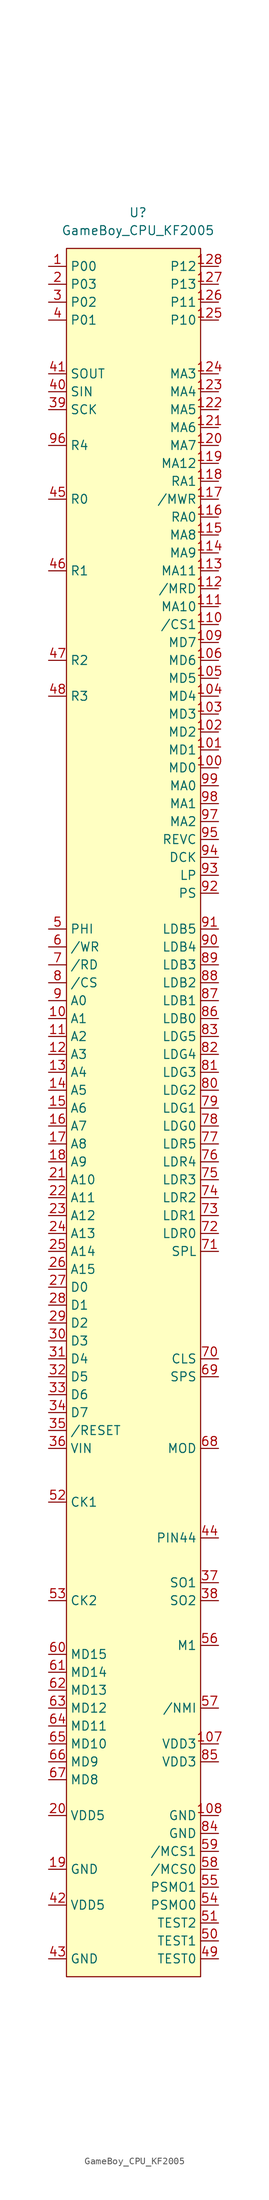
<source format=kicad_sym>
(kicad_symbol_lib
  (version 20211014)
  (generator kicad_symbol_editor)
  (symbol "GameBoy_CPU_KF2005"
    (property "Reference" "U"
      (at 0 119.38 0)
      (effects (font (size 1.27 1.27))))
    (property "Value" "GameBoy_CPU_KF2005"
      (at 0 116.84 0)
      (effects (font (size 1.27 1.27))))
    (symbol "GameBoy_CPU_KF2005_0_1"
      (rectangle (start -10.16 114.3) (end 8.89 -130.81) (stroke (width 0.152) (type default) (color 0 0 0 0)) (fill (type background))))
    (symbol "GameBoy_CPU_KF2005_1_1"
      (pin input line (at -12.7 111.76 0) (length 2.54) (name "P00" (effects (font (size 1.27 1.27)))) (number "1" (effects (font (size 1.27 1.27)))))
      (pin output line (at -12.7 5.08 0) (length 2.54) (name "A1" (effects (font (size 1.27 1.27)))) (number "10" (effects (font (size 1.27 1.27)))))
      (pin bidirectional line (at 11.43 40.64 180) (length 2.54) (name "MD0" (effects (font (size 1.27 1.27)))) (number "100" (effects (font (size 1.27 1.27)))))
      (pin bidirectional line (at 11.43 43.18 180) (length 2.54) (name "MD1" (effects (font (size 1.27 1.27)))) (number "101" (effects (font (size 1.27 1.27)))))
      (pin bidirectional line (at 11.43 45.72 180) (length 2.54) (name "MD2" (effects (font (size 1.27 1.27)))) (number "102" (effects (font (size 1.27 1.27)))))
      (pin bidirectional line (at 11.43 48.26 180) (length 2.54) (name "MD3" (effects (font (size 1.27 1.27)))) (number "103" (effects (font (size 1.27 1.27)))))
      (pin bidirectional line (at 11.43 50.8 180) (length 2.54) (name "MD4" (effects (font (size 1.27 1.27)))) (number "104" (effects (font (size 1.27 1.27)))))
      (pin bidirectional line (at 11.43 53.34 180) (length 2.54) (name "MD5" (effects (font (size 1.27 1.27)))) (number "105" (effects (font (size 1.27 1.27)))))
      (pin bidirectional line (at 11.43 55.88 180) (length 2.54) (name "MD6" (effects (font (size 1.27 1.27)))) (number "106" (effects (font (size 1.27 1.27)))))
      (pin power_in line (at 11.43 -97.79 180) (length 2.54) (name "VDD3" (effects (font (size 1.27 1.27)))) (number "107" (effects (font (size 1.27 1.27)))))
      (pin power_in line (at 11.43 -107.95 180) (length 2.54) (name "GND" (effects (font (size 1.27 1.27)))) (number "108" (effects (font (size 1.27 1.27)))))
      (pin bidirectional line (at 11.43 58.42 180) (length 2.54) (name "MD7" (effects (font (size 1.27 1.27)))) (number "109" (effects (font (size 1.27 1.27)))))
      (pin output line (at -12.7 2.54 0) (length 2.54) (name "A2" (effects (font (size 1.27 1.27)))) (number "11" (effects (font (size 1.27 1.27)))))
      (pin output line (at 11.43 60.96 180) (length 2.54) (name "/CS1" (effects (font (size 1.27 1.27)))) (number "110" (effects (font (size 1.27 1.27)))))
      (pin output line (at 11.43 63.5 180) (length 2.54) (name "MA10" (effects (font (size 1.27 1.27)))) (number "111" (effects (font (size 1.27 1.27)))))
      (pin output line (at 11.43 66.04 180) (length 2.54) (name "/MRD" (effects (font (size 1.27 1.27)))) (number "112" (effects (font (size 1.27 1.27)))))
      (pin output line (at 11.43 68.58 180) (length 2.54) (name "MA11" (effects (font (size 1.27 1.27)))) (number "113" (effects (font (size 1.27 1.27)))))
      (pin output line (at 11.43 71.12 180) (length 2.54) (name "MA9" (effects (font (size 1.27 1.27)))) (number "114" (effects (font (size 1.27 1.27)))))
      (pin output line (at 11.43 73.66 180) (length 2.54) (name "MA8" (effects (font (size 1.27 1.27)))) (number "115" (effects (font (size 1.27 1.27)))))
      (pin output line (at 11.43 76.2 180) (length 2.54) (name "RA0" (effects (font (size 1.27 1.27)))) (number "116" (effects (font (size 1.27 1.27)))))
      (pin output line (at 11.43 78.74 180) (length 2.54) (name "/MWR" (effects (font (size 1.27 1.27)))) (number "117" (effects (font (size 1.27 1.27)))))
      (pin output line (at 11.43 81.28 180) (length 2.54) (name "RA1" (effects (font (size 1.27 1.27)))) (number "118" (effects (font (size 1.27 1.27)))))
      (pin output line (at 11.43 83.82 180) (length 2.54) (name "MA12" (effects (font (size 1.27 1.27)))) (number "119" (effects (font (size 1.27 1.27)))))
      (pin output line (at -12.7 0 0) (length 2.54) (name "A3" (effects (font (size 1.27 1.27)))) (number "12" (effects (font (size 1.27 1.27)))))
      (pin output line (at 11.43 86.36 180) (length 2.54) (name "MA7" (effects (font (size 1.27 1.27)))) (number "120" (effects (font (size 1.27 1.27)))))
      (pin output line (at 11.43 88.9 180) (length 2.54) (name "MA6" (effects (font (size 1.27 1.27)))) (number "121" (effects (font (size 1.27 1.27)))))
      (pin output line (at 11.43 91.44 180) (length 2.54) (name "MA5" (effects (font (size 1.27 1.27)))) (number "122" (effects (font (size 1.27 1.27)))))
      (pin output line (at 11.43 93.98 180) (length 2.54) (name "MA4" (effects (font (size 1.27 1.27)))) (number "123" (effects (font (size 1.27 1.27)))))
      (pin output line (at 11.43 96.52 180) (length 2.54) (name "MA3" (effects (font (size 1.27 1.27)))) (number "124" (effects (font (size 1.27 1.27)))))
      (pin input line (at 11.43 104.14 180) (length 2.54) (name "P10" (effects (font (size 1.27 1.27)))) (number "125" (effects (font (size 1.27 1.27)))))
      (pin input line (at 11.43 106.68 180) (length 2.54) (name "P11" (effects (font (size 1.27 1.27)))) (number "126" (effects (font (size 1.27 1.27)))))
      (pin input line (at 11.43 109.22 180) (length 2.54) (name "P13" (effects (font (size 1.27 1.27)))) (number "127" (effects (font (size 1.27 1.27)))))
      (pin input line (at 11.43 111.76 180) (length 2.54) (name "P12" (effects (font (size 1.27 1.27)))) (number "128" (effects (font (size 1.27 1.27)))))
      (pin output line (at -12.7 -2.54 0) (length 2.54) (name "A4" (effects (font (size 1.27 1.27)))) (number "13" (effects (font (size 1.27 1.27)))))
      (pin output line (at -12.7 -5.08 0) (length 2.54) (name "A5" (effects (font (size 1.27 1.27)))) (number "14" (effects (font (size 1.27 1.27)))))
      (pin output line (at -12.7 -7.62 0) (length 2.54) (name "A6" (effects (font (size 1.27 1.27)))) (number "15" (effects (font (size 1.27 1.27)))))
      (pin output line (at -12.7 -10.16 0) (length 2.54) (name "A7" (effects (font (size 1.27 1.27)))) (number "16" (effects (font (size 1.27 1.27)))))
      (pin output line (at -12.7 -12.7 0) (length 2.54) (name "A8" (effects (font (size 1.27 1.27)))) (number "17" (effects (font (size 1.27 1.27)))))
      (pin output line (at -12.7 -15.24 0) (length 2.54) (name "A9" (effects (font (size 1.27 1.27)))) (number "18" (effects (font (size 1.27 1.27)))))
      (pin power_in line (at -12.7 -115.57 0) (length 2.54) (name "GND" (effects (font (size 1.27 1.27)))) (number "19" (effects (font (size 1.27 1.27)))))
      (pin input line (at -12.7 109.22 0) (length 2.54) (name "P03" (effects (font (size 1.27 1.27)))) (number "2" (effects (font (size 1.27 1.27)))))
      (pin power_in line (at -12.7 -107.95 0) (length 2.54) (name "VDD5" (effects (font (size 1.27 1.27)))) (number "20" (effects (font (size 1.27 1.27)))))
      (pin output line (at -12.7 -17.78 0) (length 2.54) (name "A10" (effects (font (size 1.27 1.27)))) (number "21" (effects (font (size 1.27 1.27)))))
      (pin output line (at -12.7 -20.32 0) (length 2.54) (name "A11" (effects (font (size 1.27 1.27)))) (number "22" (effects (font (size 1.27 1.27)))))
      (pin output line (at -12.7 -22.86 0) (length 2.54) (name "A12" (effects (font (size 1.27 1.27)))) (number "23" (effects (font (size 1.27 1.27)))))
      (pin output line (at -12.7 -25.4 0) (length 2.54) (name "A13" (effects (font (size 1.27 1.27)))) (number "24" (effects (font (size 1.27 1.27)))))
      (pin output line (at -12.7 -27.94 0) (length 2.54) (name "A14" (effects (font (size 1.27 1.27)))) (number "25" (effects (font (size 1.27 1.27)))))
      (pin output line (at -12.7 -30.48 0) (length 2.54) (name "A15" (effects (font (size 1.27 1.27)))) (number "26" (effects (font (size 1.27 1.27)))))
      (pin bidirectional line (at -12.7 -33.02 0) (length 2.54) (name "D0" (effects (font (size 1.27 1.27)))) (number "27" (effects (font (size 1.27 1.27)))))
      (pin bidirectional line (at -12.7 -35.56 0) (length 2.54) (name "D1" (effects (font (size 1.27 1.27)))) (number "28" (effects (font (size 1.27 1.27)))))
      (pin bidirectional line (at -12.7 -38.1 0) (length 2.54) (name "D2" (effects (font (size 1.27 1.27)))) (number "29" (effects (font (size 1.27 1.27)))))
      (pin input line (at -12.7 106.68 0) (length 2.54) (name "P02" (effects (font (size 1.27 1.27)))) (number "3" (effects (font (size 1.27 1.27)))))
      (pin bidirectional line (at -12.7 -40.64 0) (length 2.54) (name "D3" (effects (font (size 1.27 1.27)))) (number "30" (effects (font (size 1.27 1.27)))))
      (pin bidirectional line (at -12.7 -43.18 0) (length 2.54) (name "D4" (effects (font (size 1.27 1.27)))) (number "31" (effects (font (size 1.27 1.27)))))
      (pin bidirectional line (at -12.7 -45.72 0) (length 2.54) (name "D5" (effects (font (size 1.27 1.27)))) (number "32" (effects (font (size 1.27 1.27)))))
      (pin bidirectional line (at -12.7 -48.26 0) (length 2.54) (name "D6" (effects (font (size 1.27 1.27)))) (number "33" (effects (font (size 1.27 1.27)))))
      (pin bidirectional line (at -12.7 -50.8 0) (length 2.54) (name "D7" (effects (font (size 1.27 1.27)))) (number "34" (effects (font (size 1.27 1.27)))))
      (pin input line (at -12.7 -53.34 0) (length 2.54) (name "/RESET" (effects (font (size 1.27 1.27)))) (number "35" (effects (font (size 1.27 1.27)))))
      (pin input line (at -12.7 -55.88 0) (length 2.54) (name "VIN" (effects (font (size 1.27 1.27)))) (number "36" (effects (font (size 1.27 1.27)))))
      (pin output line (at 11.43 -74.93 180) (length 2.54) (name "SO1" (effects (font (size 1.27 1.27)))) (number "37" (effects (font (size 1.27 1.27)))))
      (pin output line (at 11.43 -77.47 180) (length 2.54) (name "SO2" (effects (font (size 1.27 1.27)))) (number "38" (effects (font (size 1.27 1.27)))))
      (pin bidirectional line (at -12.7 91.44 0) (length 2.54) (name "SCK" (effects (font (size 1.27 1.27)))) (number "39" (effects (font (size 1.27 1.27)))))
      (pin input line (at -12.7 104.14 0) (length 2.54) (name "P01" (effects (font (size 1.27 1.27)))) (number "4" (effects (font (size 1.27 1.27)))))
      (pin input line (at -12.7 93.98 0) (length 2.54) (name "SIN" (effects (font (size 1.27 1.27)))) (number "40" (effects (font (size 1.27 1.27)))))
      (pin output line (at -12.7 96.52 0) (length 2.54) (name "SOUT" (effects (font (size 1.27 1.27)))) (number "41" (effects (font (size 1.27 1.27)))))
      (pin power_in line (at -12.7 -120.65 0) (length 2.54) (name "VDD5" (effects (font (size 1.27 1.27)))) (number "42" (effects (font (size 1.27 1.27)))))
      (pin power_in line (at -12.7 -128.27 0) (length 2.54) (name "GND" (effects (font (size 1.27 1.27)))) (number "43" (effects (font (size 1.27 1.27)))))
      (pin input line (at 11.43 -68.58 180) (length 2.54) (name "PIN44" (effects (font (size 1.27 1.27)))) (number "44" (effects (font (size 1.27 1.27)))))
      (pin output line (at -12.7 78.74 0) (length 2.54) (name "R0" (effects (font (size 1.27 1.27)))) (number "45" (effects (font (size 1.27 1.27)))))
      (pin output line (at -12.7 68.58 0) (length 2.54) (name "R1" (effects (font (size 1.27 1.27)))) (number "46" (effects (font (size 1.27 1.27)))))
      (pin input line (at -12.7 55.88 0) (length 2.54) (name "R2" (effects (font (size 1.27 1.27)))) (number "47" (effects (font (size 1.27 1.27)))))
      (pin input line (at -12.7 50.8 0) (length 2.54) (name "R3" (effects (font (size 1.27 1.27)))) (number "48" (effects (font (size 1.27 1.27)))))
      (pin input line (at 11.43 -128.27 180) (length 2.54) (name "TEST0" (effects (font (size 1.27 1.27)))) (number "49" (effects (font (size 1.27 1.27)))))
      (pin output line (at -12.7 17.78 0) (length 2.54) (name "PHI" (effects (font (size 1.27 1.27)))) (number "5" (effects (font (size 1.27 1.27)))))
      (pin input line (at 11.43 -125.73 180) (length 2.54) (name "TEST1" (effects (font (size 1.27 1.27)))) (number "50" (effects (font (size 1.27 1.27)))))
      (pin input line (at 11.43 -123.19 180) (length 2.54) (name "TEST2" (effects (font (size 1.27 1.27)))) (number "51" (effects (font (size 1.27 1.27)))))
      (pin input line (at -12.7 -63.5 0) (length 2.54) (name "CK1" (effects (font (size 1.27 1.27)))) (number "52" (effects (font (size 1.27 1.27)))))
      (pin passive line (at -12.7 -77.47 0) (length 2.54) (name "CK2" (effects (font (size 1.27 1.27)))) (number "53" (effects (font (size 1.27 1.27)))))
      (pin output line (at 11.43 -120.65 180) (length 2.54) (name "PSMO0" (effects (font (size 1.27 1.27)))) (number "54" (effects (font (size 1.27 1.27)))))
      (pin output line (at 11.43 -118.11 180) (length 2.54) (name "PSMO1" (effects (font (size 1.27 1.27)))) (number "55" (effects (font (size 1.27 1.27)))))
      (pin output line (at 11.43 -83.82 180) (length 2.54) (name "M1" (effects (font (size 1.27 1.27)))) (number "56" (effects (font (size 1.27 1.27)))))
      (pin input line (at 11.43 -92.71 180) (length 2.54) (name "/NMI" (effects (font (size 1.27 1.27)))) (number "57" (effects (font (size 1.27 1.27)))))
      (pin output line (at 11.43 -115.57 180) (length 2.54) (name "/MCS0" (effects (font (size 1.27 1.27)))) (number "58" (effects (font (size 1.27 1.27)))))
      (pin output line (at 11.43 -113.03 180) (length 2.54) (name "/MCS1" (effects (font (size 1.27 1.27)))) (number "59" (effects (font (size 1.27 1.27)))))
      (pin output line (at -12.7 15.24 0) (length 2.54) (name "/WR" (effects (font (size 1.27 1.27)))) (number "6" (effects (font (size 1.27 1.27)))))
      (pin bidirectional line (at -12.7 -85.09 0) (length 2.54) (name "MD15" (effects (font (size 1.27 1.27)))) (number "60" (effects (font (size 1.27 1.27)))))
      (pin bidirectional line (at -12.7 -87.63 0) (length 2.54) (name "MD14" (effects (font (size 1.27 1.27)))) (number "61" (effects (font (size 1.27 1.27)))))
      (pin bidirectional line (at -12.7 -90.17 0) (length 2.54) (name "MD13" (effects (font (size 1.27 1.27)))) (number "62" (effects (font (size 1.27 1.27)))))
      (pin bidirectional line (at -12.7 -92.71 0) (length 2.54) (name "MD12" (effects (font (size 1.27 1.27)))) (number "63" (effects (font (size 1.27 1.27)))))
      (pin bidirectional line (at -12.7 -95.25 0) (length 2.54) (name "MD11" (effects (font (size 1.27 1.27)))) (number "64" (effects (font (size 1.27 1.27)))))
      (pin bidirectional line (at -12.7 -97.79 0) (length 2.54) (name "MD10" (effects (font (size 1.27 1.27)))) (number "65" (effects (font (size 1.27 1.27)))))
      (pin bidirectional line (at -12.7 -100.33 0) (length 2.54) (name "MD9" (effects (font (size 1.27 1.27)))) (number "66" (effects (font (size 1.27 1.27)))))
      (pin bidirectional line (at -12.7 -102.87 0) (length 2.54) (name "MD8" (effects (font (size 1.27 1.27)))) (number "67" (effects (font (size 1.27 1.27)))))
      (pin output line (at 11.43 -55.88 180) (length 2.54) (name "MOD" (effects (font (size 1.27 1.27)))) (number "68" (effects (font (size 1.27 1.27)))))
      (pin output line (at 11.43 -45.72 180) (length 2.54) (name "SPS" (effects (font (size 1.27 1.27)))) (number "69" (effects (font (size 1.27 1.27)))))
      (pin output line (at -12.7 12.7 0) (length 2.54) (name "/RD" (effects (font (size 1.27 1.27)))) (number "7" (effects (font (size 1.27 1.27)))))
      (pin output line (at 11.43 -43.18 180) (length 2.54) (name "CLS" (effects (font (size 1.27 1.27)))) (number "70" (effects (font (size 1.27 1.27)))))
      (pin output line (at 11.43 -27.94 180) (length 2.54) (name "SPL" (effects (font (size 1.27 1.27)))) (number "71" (effects (font (size 1.27 1.27)))))
      (pin output line (at 11.43 -25.4 180) (length 2.54) (name "LDR0" (effects (font (size 1.27 1.27)))) (number "72" (effects (font (size 1.27 1.27)))))
      (pin output line (at 11.43 -22.86 180) (length 2.54) (name "LDR1" (effects (font (size 1.27 1.27)))) (number "73" (effects (font (size 1.27 1.27)))))
      (pin output line (at 11.43 -20.32 180) (length 2.54) (name "LDR2" (effects (font (size 1.27 1.27)))) (number "74" (effects (font (size 1.27 1.27)))))
      (pin output line (at 11.43 -17.78 180) (length 2.54) (name "LDR3" (effects (font (size 1.27 1.27)))) (number "75" (effects (font (size 1.27 1.27)))))
      (pin output line (at 11.43 -15.24 180) (length 2.54) (name "LDR4" (effects (font (size 1.27 1.27)))) (number "76" (effects (font (size 1.27 1.27)))))
      (pin output line (at 11.43 -12.7 180) (length 2.54) (name "LDR5" (effects (font (size 1.27 1.27)))) (number "77" (effects (font (size 1.27 1.27)))))
      (pin output line (at 11.43 -10.16 180) (length 2.54) (name "LDG0" (effects (font (size 1.27 1.27)))) (number "78" (effects (font (size 1.27 1.27)))))
      (pin output line (at 11.43 -7.62 180) (length 2.54) (name "LDG1" (effects (font (size 1.27 1.27)))) (number "79" (effects (font (size 1.27 1.27)))))
      (pin output line (at -12.7 10.16 0) (length 2.54) (name "/CS" (effects (font (size 1.27 1.27)))) (number "8" (effects (font (size 1.27 1.27)))))
      (pin output line (at 11.43 -5.08 180) (length 2.54) (name "LDG2" (effects (font (size 1.27 1.27)))) (number "80" (effects (font (size 1.27 1.27)))))
      (pin output line (at 11.43 -2.54 180) (length 2.54) (name "LDG3" (effects (font (size 1.27 1.27)))) (number "81" (effects (font (size 1.27 1.27)))))
      (pin output line (at 11.43 0 180) (length 2.54) (name "LDG4" (effects (font (size 1.27 1.27)))) (number "82" (effects (font (size 1.27 1.27)))))
      (pin output line (at 11.43 2.54 180) (length 2.54) (name "LDG5" (effects (font (size 1.27 1.27)))) (number "83" (effects (font (size 1.27 1.27)))))
      (pin power_in line (at 11.43 -110.49 180) (length 2.54) (name "GND" (effects (font (size 1.27 1.27)))) (number "84" (effects (font (size 1.27 1.27)))))
      (pin power_in line (at 11.43 -100.33 180) (length 2.54) (name "VDD3" (effects (font (size 1.27 1.27)))) (number "85" (effects (font (size 1.27 1.27)))))
      (pin output line (at 11.43 5.08 180) (length 2.54) (name "LDB0" (effects (font (size 1.27 1.27)))) (number "86" (effects (font (size 1.27 1.27)))))
      (pin output line (at 11.43 7.62 180) (length 2.54) (name "LDB1" (effects (font (size 1.27 1.27)))) (number "87" (effects (font (size 1.27 1.27)))))
      (pin output line (at 11.43 10.16 180) (length 2.54) (name "LDB2" (effects (font (size 1.27 1.27)))) (number "88" (effects (font (size 1.27 1.27)))))
      (pin output line (at 11.43 12.7 180) (length 2.54) (name "LDB3" (effects (font (size 1.27 1.27)))) (number "89" (effects (font (size 1.27 1.27)))))
      (pin output line (at -12.7 7.62 0) (length 2.54) (name "A0" (effects (font (size 1.27 1.27)))) (number "9" (effects (font (size 1.27 1.27)))))
      (pin output line (at 11.43 15.24 180) (length 2.54) (name "LDB4" (effects (font (size 1.27 1.27)))) (number "90" (effects (font (size 1.27 1.27)))))
      (pin output line (at 11.43 17.78 180) (length 2.54) (name "LDB5" (effects (font (size 1.27 1.27)))) (number "91" (effects (font (size 1.27 1.27)))))
      (pin output line (at 11.43 22.86 180) (length 2.54) (name "PS" (effects (font (size 1.27 1.27)))) (number "92" (effects (font (size 1.27 1.27)))))
      (pin output line (at 11.43 25.4 180) (length 2.54) (name "LP" (effects (font (size 1.27 1.27)))) (number "93" (effects (font (size 1.27 1.27)))))
      (pin output line (at 11.43 27.94 180) (length 2.54) (name "DCK" (effects (font (size 1.27 1.27)))) (number "94" (effects (font (size 1.27 1.27)))))
      (pin output line (at 11.43 30.48 180) (length 2.54) (name "REVC" (effects (font (size 1.27 1.27)))) (number "95" (effects (font (size 1.27 1.27)))))
      (pin input line (at -12.7 86.36 0) (length 2.54) (name "R4" (effects (font (size 1.27 1.27)))) (number "96" (effects (font (size 1.27 1.27)))))
      (pin output line (at 11.43 33.02 180) (length 2.54) (name "MA2" (effects (font (size 1.27 1.27)))) (number "97" (effects (font (size 1.27 1.27)))))
      (pin output line (at 11.43 35.56 180) (length 2.54) (name "MA1" (effects (font (size 1.27 1.27)))) (number "98" (effects (font (size 1.27 1.27)))))
      (pin output line (at 11.43 38.1 180) (length 2.54) (name "MA0" (effects (font (size 1.27 1.27)))) (number "99" (effects (font (size 1.27 1.27))))))))
</source>
